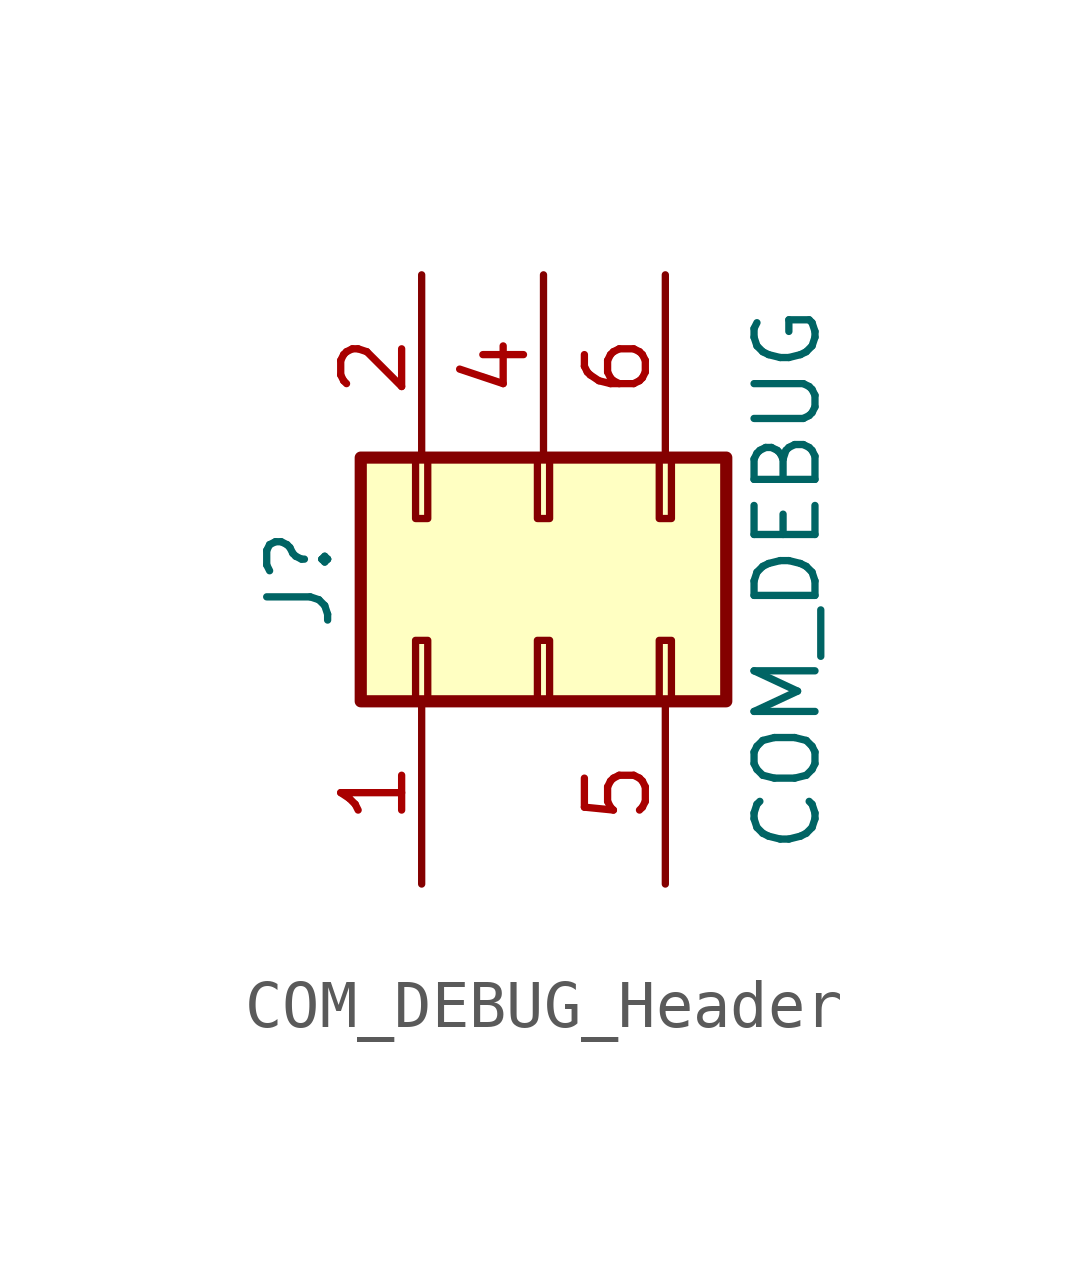
<source format=kicad_sym>
(kicad_symbol_lib
  (version 20220914)
  (generator kicad_symbol_editor)
  (symbol "COM_DEBUG_Header"
    (pin_names
      (offset 1.016) hide)
    (property "Reference" "J"
      (at -3.81 0 90)
      (effects (font (size 1.27 1.27))))
    (property "Value" "COM_DEBUG"
      (at 6.35 0 90)
      (effects (font (size 1.27 1.27))))
    (symbol "COM_DEBUG_Header_1_1"
      (rectangle (start -2.54 -2.54) (end 5.08 2.54) (stroke (width 0.254) (type default)) (fill (type background)))
      (rectangle (start -1.397 -2.54) (end -1.143 -1.27) (stroke (width 0.152) (type default)) (fill (type none)))
      (rectangle (start -1.397 2.54) (end -1.143 1.27) (stroke (width 0.152) (type default)) (fill (type none)))
      (rectangle (start 1.143 -2.54) (end 1.397 -1.27) (stroke (width 0.152) (type default)) (fill (type none)))
      (rectangle (start 1.143 2.54) (end 1.397 1.27) (stroke (width 0.152) (type default)) (fill (type none)))
      (rectangle (start 3.683 -2.54) (end 3.937 -1.27) (stroke (width 0.152) (type default)) (fill (type none)))
      (rectangle (start 3.683 2.54) (end 3.937 1.27) (stroke (width 0.152) (type default)) (fill (type none)))
      (pin passive line (at -1.27 -6.35 90) (length 3.81) (name "SOUTC_P80" (effects (font (size 1.27 1.27)))) (number "1" (effects (font (size 1.27 1.27)))))
      (pin passive line (at -1.27 6.35 270) (length 3.81) (name "GND" (effects (font (size 1.27 1.27)))) (number "2" (effects (font (size 1.27 1.27)))))
      (pin passive line (at 1.27 6.35 270) (length 3.81) (name "GND" (effects (font (size 1.27 1.27)))) (number "4" (effects (font (size 1.27 1.27)))))
      (pin passive line (at 3.81 -6.35 90) (length 3.81) (name "+3.3V" (effects (font (size 1.27 1.27)))) (number "5" (effects (font (size 1.27 1.27)))))
      (pin passive line (at 3.81 6.35 270) (length 3.81) (name "O_COM_TXD1" (effects (font (size 1.27 1.27)))) (number "6" (effects (font (size 1.27 1.27))))))))
</source>
